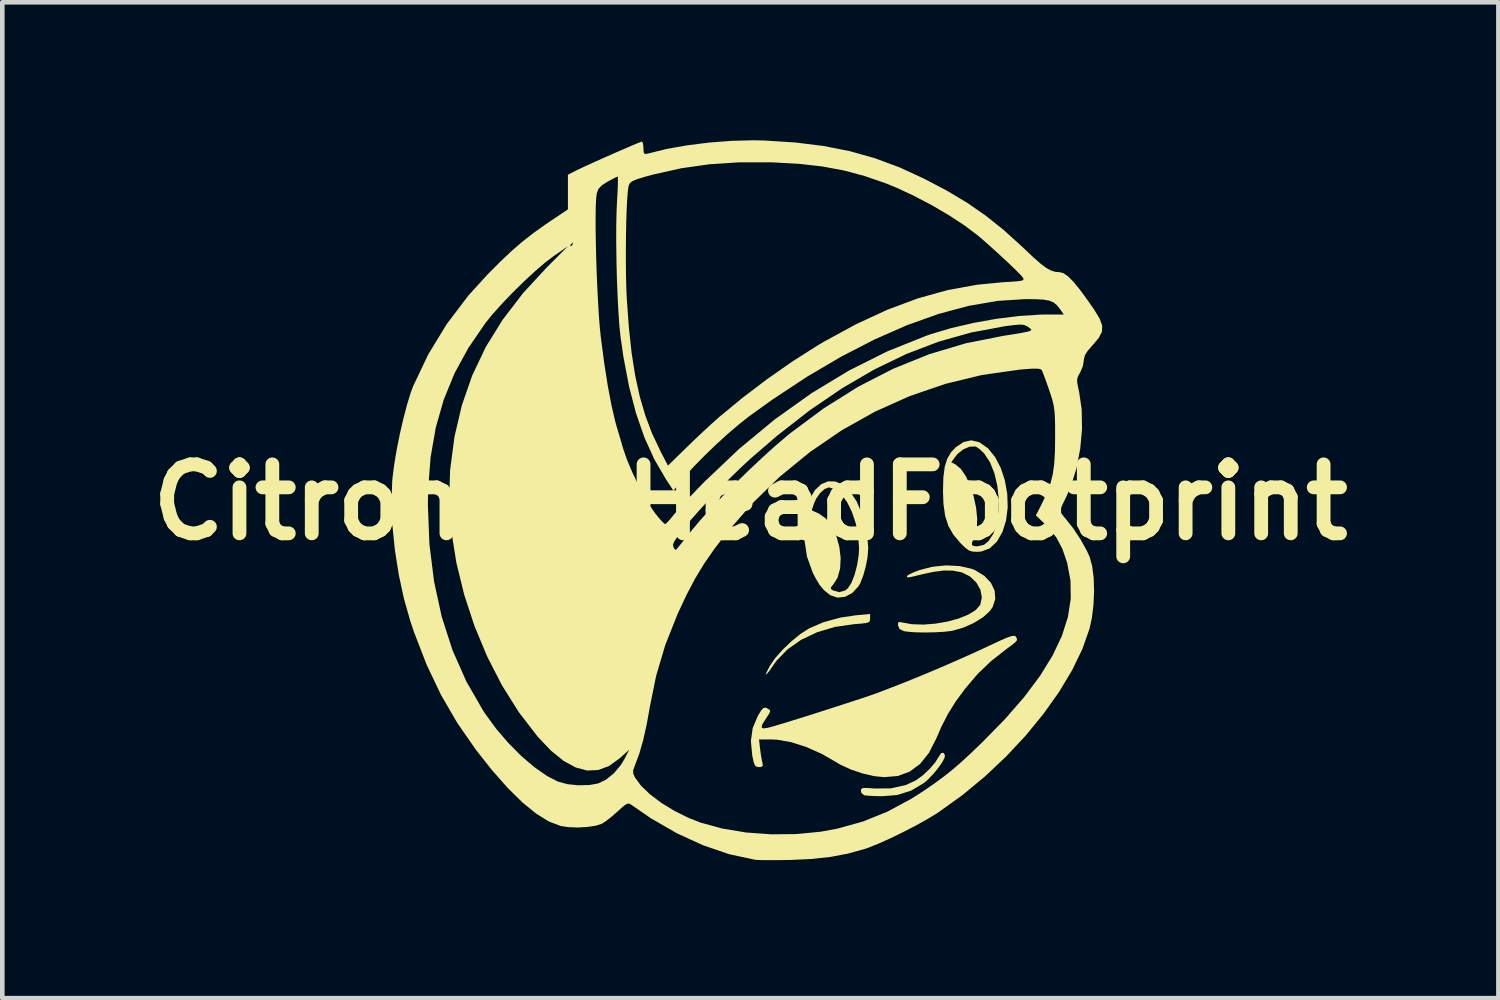
<source format=kicad_pcb>
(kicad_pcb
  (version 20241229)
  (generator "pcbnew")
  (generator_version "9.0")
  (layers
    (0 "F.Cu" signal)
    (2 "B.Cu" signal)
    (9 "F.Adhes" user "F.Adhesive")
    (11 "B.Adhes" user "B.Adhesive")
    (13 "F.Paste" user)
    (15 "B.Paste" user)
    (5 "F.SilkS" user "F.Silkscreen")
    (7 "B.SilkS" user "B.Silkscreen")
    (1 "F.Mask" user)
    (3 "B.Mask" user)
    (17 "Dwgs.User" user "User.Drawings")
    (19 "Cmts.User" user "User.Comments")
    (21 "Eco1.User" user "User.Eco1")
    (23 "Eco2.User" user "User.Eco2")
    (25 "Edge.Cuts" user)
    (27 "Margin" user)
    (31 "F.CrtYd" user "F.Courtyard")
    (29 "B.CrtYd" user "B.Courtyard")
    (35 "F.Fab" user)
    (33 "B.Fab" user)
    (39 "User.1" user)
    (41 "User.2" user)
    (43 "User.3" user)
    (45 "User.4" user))
  (footprint "CitronautHeadFootprint"
    (layer "F.Cu")
    (at 13.264 7.868)
    (property "Reference" "CitronautHeadFootprint" (at 0 0 0) (layer "F.SilkS") (effects (font (size 1.5 1.5) (thickness 0.3))))
    (attr board_only exclude_from_pos_files exclude_from_bom)
    (fp_poly (pts (xy 2.604 2.529) (xy 2.6 2.577) (xy 2.578 2.608) (xy 2.522 2.627) (xy 2.416 2.64) (xy 2.254 2.653) (xy 1.841 2.712) (xy 1.455 2.827) (xy 1.107 2.991) (xy 0.808 3.201) (xy 0.568 3.449) (xy 0.505 3.537) (xy 0.412 3.671) (xy 0.355 3.741) (xy 0.337 3.746) (xy 0.36 3.686) (xy 0.425 3.559) (xy 0.426 3.558) (xy 0.538 3.394) (xy 0.7 3.211) (xy 0.89 3.029) (xy 1.087 2.868) (xy 1.271 2.749) (xy 1.274 2.747) (xy 1.596 2.608) (xy 1.966 2.508) (xy 2.301 2.459) (xy 2.604 2.431)) (stroke (width 0) (type solid)) (fill yes) (layer "F.SilkS"))
    (fp_poly (pts (xy 4.232 5.501) (xy 4.221 5.565) (xy 4.164 5.667) (xy 4.076 5.792) (xy 3.968 5.921) (xy 3.854 6.038) (xy 3.776 6.105) (xy 3.497 6.272) (xy 3.19 6.368) (xy 2.865 6.394) (xy 2.704 6.39) (xy 2.568 6.383) (xy 2.483 6.374) (xy 2.474 6.372) (xy 2.415 6.323) (xy 2.404 6.278) (xy 2.41 6.239) (xy 2.44 6.218) (xy 2.511 6.213) (xy 2.639 6.221) (xy 2.698 6.226) (xy 3.056 6.223) (xy 3.378 6.151) (xy 3.593 6.052) (xy 3.742 5.946) (xy 3.893 5.806) (xy 4.02 5.658) (xy 4.095 5.538) (xy 4.149 5.456) (xy 4.199 5.45)) (stroke (width 0) (type solid)) (fill yes) (layer "F.SilkS"))
    (fp_poly (pts (xy 4.546 1.389) (xy 4.804 1.447) (xy 4.883 1.478) (xy 5.086 1.6) (xy 5.23 1.752) (xy 5.312 1.924) (xy 5.326 2.103) (xy 5.27 2.278) (xy 5.211 2.364) (xy 5.063 2.5) (xy 4.861 2.626) (xy 4.63 2.729) (xy 4.398 2.795) (xy 4.39 2.797) (xy 4.22 2.818) (xy 4.009 2.83) (xy 3.784 2.834) (xy 3.572 2.829) (xy 3.4 2.814) (xy 3.345 2.805) (xy 3.249 2.763) (xy 3.212 2.684) (xy 3.212 2.616) (xy 3.256 2.606) (xy 3.292 2.615) (xy 3.514 2.654) (xy 3.765 2.662) (xy 4.027 2.641) (xy 4.288 2.596) (xy 4.53 2.53) (xy 4.739 2.445) (xy 4.899 2.347) (xy 4.996 2.237) (xy 5 2.229) (xy 5.034 2.072) (xy 5.003 1.906) (xy 4.915 1.75) (xy 4.781 1.619) (xy 4.61 1.532) (xy 4.585 1.524) (xy 4.404 1.489) (xy 4.211 1.486) (xy 3.984 1.515) (xy 3.773 1.56) (xy 3.602 1.601) (xy 3.495 1.626) (xy 3.436 1.635) (xy 3.411 1.632) (xy 3.405 1.619) (xy 3.405 1.607) (xy 3.44 1.579) (xy 3.532 1.534) (xy 3.662 1.483) (xy 3.676 1.477) (xy 3.956 1.405) (xy 4.255 1.375)) (stroke (width 0) (type solid)) (fill yes) (layer "F.SilkS"))
    (fp_poly (pts (xy 1.851 -0.449) (xy 2.013 -0.376) (xy 2.17 -0.23) (xy 2.313 -0.014) (xy 2.402 0.195) (xy 2.479 0.449) (xy 2.536 0.714) (xy 2.562 0.955) (xy 2.563 1.008) (xy 2.549 1.192) (xy 2.51 1.398) (xy 2.455 1.597) (xy 2.391 1.761) (xy 2.354 1.826) (xy 2.217 1.974) (xy 2.059 2.058) (xy 1.895 2.076) (xy 1.739 2.023) (xy 1.722 2.011) (xy 1.605 1.917) (xy 1.508 1.802) (xy 1.414 1.645) (xy 1.358 1.535) (xy 1.232 1.186) (xy 1.173 0.797) (xy 1.175 0.459) (xy 1.216 0.178) (xy 1.335 0.178) (xy 1.488 0.247) (xy 1.643 0.357) (xy 1.771 0.526) (xy 1.87 0.736) (xy 1.935 0.971) (xy 1.964 1.212) (xy 1.952 1.443) (xy 1.896 1.645) (xy 1.803 1.79) (xy 1.751 1.854) (xy 1.753 1.889) (xy 1.793 1.917) (xy 1.931 1.957) (xy 2.061 1.921) (xy 2.123 1.871) (xy 2.199 1.752) (xy 2.268 1.576) (xy 2.322 1.368) (xy 2.356 1.151) (xy 2.364 1.003) (xy 2.345 0.727) (xy 2.292 0.46) (xy 2.21 0.215) (xy 2.106 0.003) (xy 1.984 -0.164) (xy 1.852 -0.276) (xy 1.714 -0.32) (xy 1.703 -0.32) (xy 1.614 -0.286) (xy 1.517 -0.198) (xy 1.432 -0.077) (xy 1.389 0.019) (xy 1.335 0.178) (xy 1.216 0.178) (xy 1.218 0.162) (xy 1.298 -0.081) (xy 1.408 -0.266) (xy 1.542 -0.391) (xy 1.692 -0.453)) (stroke (width 0) (type solid)) (fill yes) (layer "F.SilkS"))
    (fp_poly (pts (xy 4.972 -1.304) (xy 4.986 -1.298) (xy 5.168 -1.17) (xy 5.322 -0.98) (xy 5.446 -0.742) (xy 5.535 -0.471) (xy 5.586 -0.18) (xy 5.596 0.116) (xy 5.559 0.403) (xy 5.482 0.647) (xy 5.359 0.861) (xy 5.205 1.004) (xy 5.024 1.073) (xy 4.939 1.08) (xy 4.833 1.075) (xy 4.753 1.05) (xy 4.672 0.991) (xy 4.565 0.886) (xy 4.565 0.885) (xy 4.413 0.705) (xy 4.305 0.515) (xy 4.236 0.3) (xy 4.199 0.04) (xy 4.189 -0.24) (xy 4.197 -0.535) (xy 4.226 -0.766) (xy 4.257 -0.867) (xy 4.368 -0.867) (xy 4.456 -0.823) (xy 4.576 -0.724) (xy 4.686 -0.563) (xy 4.781 -0.357) (xy 4.856 -0.122) (xy 4.909 0.123) (xy 4.933 0.362) (xy 4.924 0.577) (xy 4.879 0.751) (xy 4.867 0.775) (xy 4.819 0.881) (xy 4.821 0.937) (xy 4.88 0.958) (xy 4.94 0.96) (xy 5.078 0.928) (xy 5.177 0.85) (xy 5.286 0.683) (xy 5.359 0.462) (xy 5.397 0.203) (xy 5.401 -0.076) (xy 5.37 -0.358) (xy 5.307 -0.627) (xy 5.212 -0.865) (xy 5.086 -1.057) (xy 5.084 -1.059) (xy 4.996 -1.145) (xy 4.915 -1.202) (xy 4.895 -1.21) (xy 4.768 -1.206) (xy 4.628 -1.147) (xy 4.502 -1.045) (xy 4.468 -1.003) (xy 4.368 -0.867) (xy 4.257 -0.867) (xy 4.282 -0.946) (xy 4.367 -1.089) (xy 4.467 -1.194) (xy 4.637 -1.308) (xy 4.803 -1.344)) (stroke (width 0) (type solid)) (fill yes) (layer "F.SilkS"))
    (fp_poly (pts (xy 5.767 2.917) (xy 5.771 2.922) (xy 5.796 2.966) (xy 5.797 3.002) (xy 5.763 3.045) (xy 5.685 3.108) (xy 5.571 3.191) (xy 5.232 3.458) (xy 4.941 3.737) (xy 4.67 4.056) (xy 4.463 4.337) (xy 4.297 4.604) (xy 4.151 4.89) (xy 4.043 5.139) (xy 3.883 5.452) (xy 3.691 5.691) (xy 3.465 5.859) (xy 3.205 5.954) (xy 2.909 5.979) (xy 2.684 5.956) (xy 2.431 5.896) (xy 2.177 5.809) (xy 1.956 5.707) (xy 1.881 5.662) (xy 1.553 5.473) (xy 1.215 5.323) (xy 0.885 5.218) (xy 0.581 5.165) (xy 0.468 5.16) (xy 0.189 5.16) (xy 0.213 5.37) (xy 0.232 5.509) (xy 0.254 5.628) (xy 0.264 5.67) (xy 0.271 5.737) (xy 0.224 5.759) (xy 0.189 5.76) (xy 0.134 5.753) (xy 0.098 5.72) (xy 0.07 5.643) (xy 0.041 5.506) (xy 0.041 5.502) (xy 0.012 5.193) (xy 0.051 4.914) (xy 0.161 4.652) (xy 0.164 4.646) (xy 0.234 4.531) (xy 0.283 4.476) (xy 0.327 4.467) (xy 0.362 4.481) (xy 0.416 4.512) (xy 0.433 4.544) (xy 0.41 4.598) (xy 0.346 4.696) (xy 0.341 4.704) (xy 0.265 4.824) (xy 0.243 4.895) (xy 0.28 4.92) (xy 0.381 4.906) (xy 0.511 4.871) (xy 0.697 4.815) (xy 0.928 4.744) (xy 1.192 4.662) (xy 1.473 4.573) (xy 1.759 4.481) (xy 2.037 4.391) (xy 2.291 4.308) (xy 2.51 4.236) (xy 2.679 4.178) (xy 2.784 4.14) (xy 3.073 4.029) (xy 3.313 3.935) (xy 3.528 3.849) (xy 3.743 3.76) (xy 3.985 3.659) (xy 4.131 3.597) (xy 4.388 3.486) (xy 4.673 3.36) (xy 4.955 3.233) (xy 5.199 3.119) (xy 5.221 3.109) (xy 5.43 3.011) (xy 5.578 2.947) (xy 5.676 2.913) (xy 5.736 2.904)) (stroke (width 0) (type solid)) (fill yes) (layer "F.SilkS"))
    (fp_poly (pts (xy 0.3 -7.863) (xy 0.976 -7.82) (xy 1.592 -7.744) (xy 2.165 -7.631) (xy 2.71 -7.477) (xy 3.244 -7.279) (xy 3.78 -7.032) (xy 3.782 -7.031) (xy 4.281 -6.768) (xy 4.722 -6.504) (xy 5.127 -6.223) (xy 5.516 -5.911) (xy 5.911 -5.553) (xy 5.956 -5.511) (xy 6.154 -5.323) (xy 6.309 -5.187) (xy 6.432 -5.094) (xy 6.534 -5.037) (xy 6.627 -5.008) (xy 6.723 -5) (xy 6.725 -5) (xy 6.808 -4.979) (xy 6.906 -4.911) (xy 7.025 -4.792) (xy 7.168 -4.617) (xy 7.341 -4.38) (xy 7.485 -4.172) (xy 7.597 -3.986) (xy 7.651 -3.837) (xy 7.644 -3.704) (xy 7.576 -3.571) (xy 7.452 -3.424) (xy 7.338 -3.295) (xy 7.276 -3.196) (xy 7.253 -3.108) (xy 7.251 -3.081) (xy 7.23 -2.957) (xy 7.176 -2.829) (xy 7.168 -2.815) (xy 7.126 -2.74) (xy 7.106 -2.676) (xy 7.108 -2.597) (xy 7.131 -2.476) (xy 7.148 -2.402) (xy 7.204 -2.018) (xy 7.212 -1.597) (xy 7.173 -1.163) (xy 7.092 -0.738) (xy 6.97 -0.346) (xy 6.872 -0.121) (xy 6.805 0.015) (xy 6.755 0.123) (xy 6.732 0.184) (xy 6.731 0.189) (xy 6.755 0.235) (xy 6.817 0.316) (xy 6.855 0.36) (xy 7.019 0.567) (xy 7.178 0.808) (xy 7.313 1.049) (xy 7.379 1.194) (xy 7.433 1.393) (xy 7.465 1.646) (xy 7.474 1.932) (xy 7.461 2.23) (xy 7.426 2.517) (xy 7.378 2.74) (xy 7.223 3.185) (xy 6.999 3.649) (xy 6.714 4.124) (xy 6.375 4.601) (xy 5.989 5.073) (xy 5.562 5.53) (xy 5.101 5.964) (xy 4.614 6.367) (xy 4.108 6.731) (xy 4.035 6.779) (xy 3.832 6.902) (xy 3.586 7.038) (xy 3.317 7.176) (xy 3.046 7.308) (xy 2.792 7.422) (xy 2.577 7.509) (xy 2.495 7.538) (xy 2.124 7.641) (xy 1.739 7.714) (xy 1.317 7.759) (xy 0.881 7.779) (xy 0.65 7.783) (xy 0.439 7.784) (xy 0.264 7.783) (xy 0.142 7.779) (xy 0.1 7.775) (xy -0.457 7.655) (xy -1.026 7.461) (xy -1.598 7.199) (xy -2.163 6.873) (xy -2.585 6.582) (xy -2.631 6.555) (xy -2.677 6.557) (xy -2.738 6.594) (xy -2.834 6.677) (xy -2.886 6.725) (xy -3.012 6.835) (xy -3.133 6.93) (xy -3.224 6.99) (xy -3.225 6.991) (xy -3.358 7.034) (xy -3.543 7.062) (xy -3.752 7.074) (xy -3.957 7.066) (xy -4.123 7.041) (xy -4.376 6.945) (xy -4.653 6.775) (xy -4.953 6.531) (xy -5.275 6.214) (xy -5.618 5.825) (xy -5.962 5.39) (xy -6.37 4.803) (xy -6.726 4.19) (xy -7.037 3.537) (xy -7.311 2.829) (xy -7.394 2.582) (xy -7.532 2.096) (xy -7.644 1.576) (xy -7.728 1.042) (xy -7.782 0.514) (xy -7.801 0.051) (xy -7.011 0.051) (xy -6.978 0.908) (xy -6.877 1.722) (xy -6.71 2.491) (xy -6.476 3.217) (xy -6.175 3.898) (xy -5.808 4.535) (xy -5.763 4.603) (xy -5.523 4.931) (xy -5.256 5.241) (xy -4.976 5.523) (xy -4.693 5.764) (xy -4.42 5.954) (xy -4.181 6.077) (xy -3.98 6.131) (xy -3.74 6.156) (xy -3.497 6.15) (xy -3.312 6.117) (xy -3.139 6.035) (xy -2.967 5.895) (xy -2.91 5.828) (xy -2.547 5.828) (xy -2.546 5.901) (xy -2.509 5.985) (xy -2.377 6.165) (xy -2.181 6.353) (xy -1.934 6.539) (xy -1.651 6.712) (xy -1.345 6.864) (xy -1.083 6.967) (xy -0.613 7.096) (xy -0.096 7.182) (xy 0.448 7.222) (xy 0.997 7.217) (xy 1.532 7.165) (xy 1.893 7.099) (xy 2.454 6.942) (xy 2.985 6.727) (xy 3.506 6.446) (xy 3.765 6.28) (xy 3.996 6.121) (xy 4.198 5.973) (xy 4.388 5.823) (xy 4.582 5.655) (xy 4.798 5.456) (xy 5.041 5.223) (xy 5.535 4.719) (xy 5.954 4.238) (xy 6.299 3.777) (xy 6.572 3.335) (xy 6.774 2.909) (xy 6.905 2.497) (xy 6.967 2.096) (xy 6.961 1.704) (xy 6.888 1.319) (xy 6.785 1.016) (xy 6.653 0.767) (xy 6.478 0.548) (xy 6.404 0.474) (xy 6.209 0.288) (xy 6.348 0.014) (xy 6.449 -0.201) (xy 6.524 -0.4) (xy 6.575 -0.603) (xy 6.607 -0.829) (xy 6.623 -1.098) (xy 6.627 -1.42) (xy 6.626 -1.664) (xy 6.622 -1.847) (xy 6.612 -1.988) (xy 6.594 -2.107) (xy 6.567 -2.222) (xy 6.526 -2.352) (xy 6.496 -2.441) (xy 6.438 -2.608) (xy 6.386 -2.748) (xy 6.348 -2.844) (xy 6.335 -2.872) (xy 6.304 -2.894) (xy 6.237 -2.903) (xy 6.121 -2.902) (xy 5.944 -2.889) (xy 5.846 -2.88) (xy 5.037 -2.765) (xy 4.241 -2.572) (xy 3.464 -2.306) (xy 2.711 -1.968) (xy 1.985 -1.561) (xy 1.292 -1.087) (xy 0.636 -0.55) (xy 0.023 0.048) (xy -0.524 0.68) (xy -0.785 1.021) (xy -1.006 1.34) (xy -1.201 1.662) (xy -1.385 2.012) (xy -1.573 2.413) (xy -1.585 2.44) (xy -1.85 3.108) (xy -2.048 3.776) (xy -2.179 4.42) (xy -2.253 4.833) (xy -2.331 5.179) (xy -2.416 5.474) (xy -2.51 5.725) (xy -2.547 5.828) (xy -2.91 5.828) (xy -2.815 5.715) (xy -2.737 5.585) (xy -2.635 5.384) (xy -2.843 5.571) (xy -3.071 5.736) (xy -3.306 5.824) (xy -3.548 5.835) (xy -3.799 5.768) (xy -4.061 5.625) (xy -4.334 5.403) (xy -4.62 5.103) (xy -4.628 5.093) (xy -5.034 4.566) (xy -5.4 3.982) (xy -5.723 3.354) (xy -5.998 2.692) (xy -6.222 2.01) (xy -6.391 1.318) (xy -6.453 0.93) (xy -1.683 0.93) (xy -1.664 0.999) (xy -1.626 1.039) (xy -1.62 1.04) (xy -1.593 1.01) (xy -1.526 0.929) (xy -1.429 0.808) (xy -1.309 0.658) (xy -1.271 0.61) (xy -1.097 0.402) (xy -0.874 0.156) (xy -0.615 -0.116) (xy -0.331 -0.402) (xy -0.036 -0.69) (xy 0.258 -0.966) (xy 0.538 -1.219) (xy 0.791 -1.436) (xy 0.862 -1.494) (xy 1.598 -2.041) (xy 2.346 -2.51) (xy 3.108 -2.901) (xy 3.885 -3.215) (xy 4.68 -3.453) (xy 5.493 -3.615) (xy 5.529 -3.621) (xy 5.719 -3.65) (xy 5.885 -3.678) (xy 6.007 -3.702) (xy 6.065 -3.716) (xy 6.11 -3.74) (xy 6.097 -3.769) (xy 6.036 -3.812) (xy 5.983 -3.842) (xy 5.926 -3.858) (xy 5.845 -3.86) (xy 5.723 -3.849) (xy 5.543 -3.826) (xy 5.511 -3.821) (xy 4.798 -3.688) (xy 4.093 -3.489) (xy 3.394 -3.222) (xy 2.696 -2.885) (xy 1.996 -2.477) (xy 1.29 -1.996) (xy 0.576 -1.439) (xy 0.004 -0.946) (xy -0.219 -0.739) (xy -0.45 -0.515) (xy -0.68 -0.282) (xy -0.903 -0.048) (xy -1.112 0.18) (xy -1.299 0.392) (xy -1.457 0.582) (xy -1.578 0.74) (xy -1.656 0.859) (xy -1.683 0.93) (xy -6.453 0.93) (xy -6.501 0.628) (xy -6.548 -0.047) (xy -6.528 -0.693) (xy -6.433 -1.419) (xy -6.273 -2.104) (xy -6.047 -2.754) (xy -5.752 -3.374) (xy -5.384 -3.968) (xy -4.942 -4.544) (xy -4.436 -5.093) (xy -3.967 -5.563) (xy -3.916 -5.563) (xy -3.911 -5.56) (xy -3.874 -5.588) (xy -3.866 -5.6) (xy -3.856 -5.637) (xy -3.861 -5.64) (xy -3.898 -5.612) (xy -3.906 -5.6) (xy -3.916 -5.563) (xy -3.967 -5.563) (xy -3.963 -5.566) (xy -4.272 -5.353) (xy -4.461 -5.21) (xy -4.683 -5.019) (xy -4.925 -4.795) (xy -5.17 -4.554) (xy -5.403 -4.311) (xy -5.609 -4.081) (xy -5.757 -3.898) (xy -6.128 -3.357) (xy -6.431 -2.803) (xy -6.667 -2.226) (xy -6.84 -1.619) (xy -6.952 -0.974) (xy -7.005 -0.283) (xy -7.011 0.051) (xy -7.801 0.051) (xy -7.802 0.012) (xy -7.787 -0.444) (xy -7.78 -0.527) (xy -7.743 -0.819) (xy -7.688 -1.145) (xy -7.62 -1.483) (xy -7.544 -1.814) (xy -7.464 -2.119) (xy -7.385 -2.378) (xy -7.332 -2.52) (xy -7.002 -3.214) (xy -6.602 -3.87) (xy -6.132 -4.49) (xy -5.711 -4.953) (xy -5.434 -5.231) (xy -5.189 -5.462) (xy -4.958 -5.662) (xy -4.723 -5.846) (xy -4.465 -6.03) (xy -4.337 -6.117) (xy -4.171 -6.228) (xy -3.364 -6.228) (xy -3.364 -5.958) (xy -3.359 -5.655) (xy -3.352 -5.33) (xy -3.341 -4.994) (xy -3.327 -4.66) (xy -3.31 -4.338) (xy -3.292 -4.041) (xy -3.271 -3.779) (xy -3.25 -3.58) (xy -3.176 -3.017) (xy -3.098 -2.521) (xy -3.017 -2.096) (xy -2.935 -1.746) (xy -2.905 -1.64) (xy -2.866 -1.509) (xy -2.816 -1.338) (xy -2.765 -1.164) (xy -2.764 -1.16) (xy -2.684 -0.929) (xy -2.574 -0.666) (xy -2.445 -0.393) (xy -2.307 -0.131) (xy -2.172 0.096) (xy -2.064 0.25) (xy -1.972 0.362) (xy -1.897 0.443) (xy -1.855 0.478) (xy -1.852 0.478) (xy -1.814 0.448) (xy -1.744 0.372) (xy -1.663 0.272) (xy -1.58 0.175) (xy -1.454 0.035) (xy -1.298 -0.132) (xy -1.125 -0.312) (xy -1.002 -0.439) (xy -0.247 -1.155) (xy 0.53 -1.798) (xy 1.328 -2.367) (xy 2.144 -2.861) (xy 2.977 -3.278) (xy 3.825 -3.618) (xy 3.926 -3.653) (xy 4.366 -3.784) (xy 4.851 -3.897) (xy 5.354 -3.987) (xy 5.847 -4.048) (xy 6.306 -4.078) (xy 6.442 -4.08) (xy 6.816 -4.08) (xy 6.731 -4.2) (xy 6.663 -4.285) (xy 6.59 -4.344) (xy 6.498 -4.382) (xy 6.369 -4.404) (xy 6.19 -4.413) (xy 5.969 -4.414) (xy 5.375 -4.376) (xy 4.748 -4.268) (xy 4.091 -4.092) (xy 3.408 -3.848) (xy 2.702 -3.538) (xy 1.976 -3.164) (xy 1.233 -2.727) (xy 0.477 -2.228) (xy -0.04 -1.856) (xy -0.254 -1.686) (xy -0.495 -1.48) (xy -0.747 -1.25) (xy -0.993 -1.013) (xy -1.219 -0.784) (xy -1.408 -0.578) (xy -1.51 -0.454) (xy -1.671 -0.248) (xy -1.832 -0.494) (xy -2.085 -0.927) (xy -2.302 -1.404) (xy -2.485 -1.931) (xy -2.637 -2.515) (xy -2.76 -3.164) (xy -2.823 -3.6) (xy -2.848 -3.845) (xy -2.869 -4.152) (xy -2.887 -4.504) (xy -2.902 -4.884) (xy -2.91 -5.216) (xy -2.706 -5.216) (xy -2.703 -4.919) (xy -2.696 -4.647) (xy -2.687 -4.44) (xy -2.642 -3.811) (xy -2.582 -3.251) (xy -2.503 -2.749) (xy -2.404 -2.295) (xy -2.282 -1.88) (xy -2.136 -1.493) (xy -1.962 -1.124) (xy -1.954 -1.107) (xy -1.791 -0.794) (xy -1.386 -1.19) (xy -1.206 -1.364) (xy -1.014 -1.545) (xy -0.832 -1.712) (xy -0.683 -1.845) (xy -0.681 -1.847) (xy -0.175 -2.265) (xy 0.366 -2.675) (xy 0.918 -3.061) (xy 1.456 -3.403) (xy 1.603 -3.49) (xy 2.305 -3.872) (xy 2.981 -4.184) (xy 3.638 -4.429) (xy 4.284 -4.609) (xy 4.926 -4.727) (xy 5.481 -4.781) (xy 5.686 -4.793) (xy 5.822 -4.804) (xy 5.902 -4.816) (xy 5.937 -4.833) (xy 5.939 -4.857) (xy 5.919 -4.892) (xy 5.917 -4.895) (xy 5.869 -4.949) (xy 5.773 -5.045) (xy 5.643 -5.171) (xy 5.49 -5.314) (xy 5.326 -5.464) (xy 5.166 -5.608) (xy 5.021 -5.735) (xy 4.951 -5.794) (xy 4.668 -6.009) (xy 4.328 -6.232) (xy 3.952 -6.453) (xy 3.562 -6.658) (xy 3.178 -6.837) (xy 2.94 -6.934) (xy 2.484 -7.091) (xy 2.032 -7.212) (xy 1.564 -7.299) (xy 1.06 -7.356) (xy 0.5 -7.387) (xy 0.456 -7.388) (xy -0.243 -7.389) (xy -0.893 -7.346) (xy -1.512 -7.258) (xy -2.118 -7.122) (xy -2.301 -7.072) (xy -2.462 -7.022) (xy -2.562 -6.981) (xy -2.617 -6.938) (xy -2.644 -6.886) (xy -2.646 -6.877) (xy -2.662 -6.775) (xy -2.676 -6.607) (xy -2.688 -6.384) (xy -2.697 -6.121) (xy -2.703 -5.83) (xy -2.706 -5.523) (xy -2.706 -5.216) (xy -2.91 -5.216) (xy -2.911 -5.275) (xy -2.916 -5.659) (xy -2.915 -6.019) (xy -2.908 -6.337) (xy -2.897 -6.57) (xy -2.886 -6.761) (xy -2.88 -6.919) (xy -2.879 -7.03) (xy -2.883 -7.078) (xy -2.884 -7.079) (xy -2.928 -7.061) (xy -3.019 -7.014) (xy -3.103 -6.969) (xy -3.23 -6.888) (xy -3.302 -6.809) (xy -3.337 -6.72) (xy -3.351 -6.62) (xy -3.36 -6.452) (xy -3.364 -6.228) (xy -4.171 -6.228) (xy -3.966 -6.365) (xy -3.966 -6.741) (xy -3.966 -7.118) (xy -3.796 -7.206) (xy -3.694 -7.255) (xy -3.546 -7.324) (xy -3.365 -7.406) (xy -3.166 -7.495) (xy -2.963 -7.585) (xy -2.768 -7.67) (xy -2.596 -7.744) (xy -2.461 -7.801) (xy -2.377 -7.834) (xy -2.356 -7.84) (xy -2.335 -7.805) (xy -2.324 -7.718) (xy -2.324 -7.695) (xy -2.318 -7.601) (xy -2.293 -7.568) (xy -2.234 -7.577) (xy -2.234 -7.577) (xy -1.835 -7.676) (xy -1.382 -7.757) (xy -0.898 -7.818) (xy -0.406 -7.856) (xy 0.068 -7.868)) (stroke (width 0) (type solid)) (fill yes) (layer "F.SilkS")))
  (gr_rect
    (start -3 -3)
    (end 29.529 18.652)
    (stroke (width 0.1) (type default))
    (fill no)
    (layer "Edge.Cuts")))
</source>
